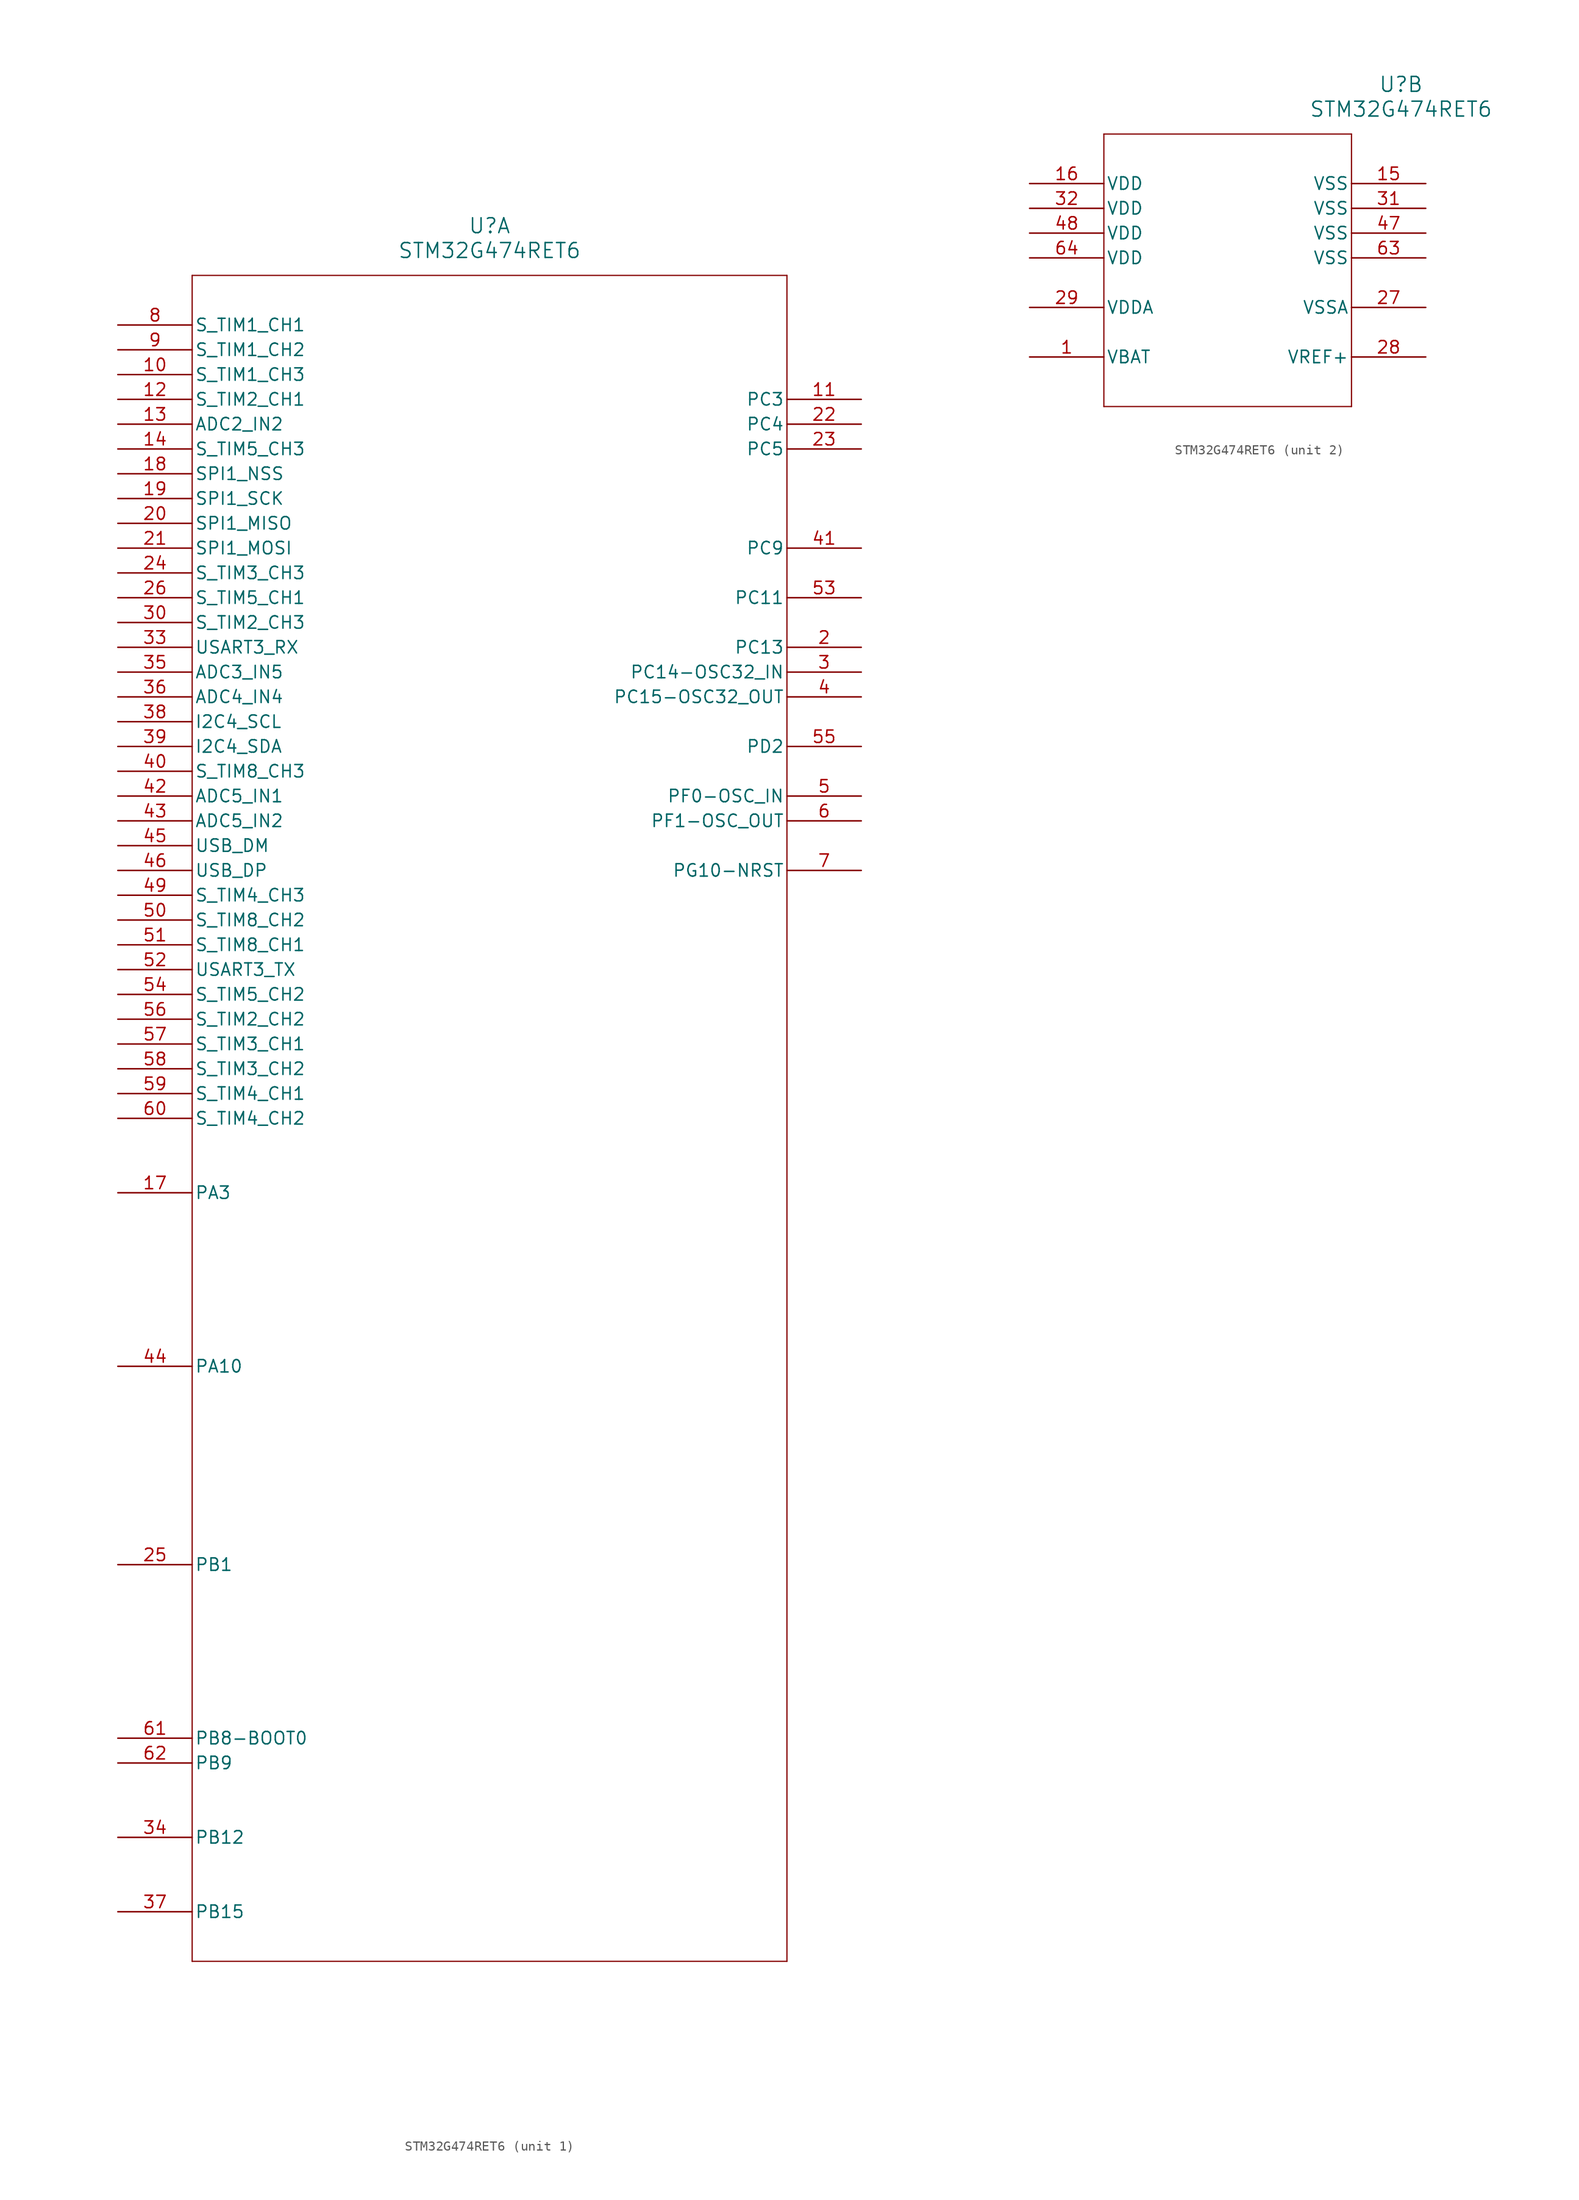
<source format=kicad_sym>
(kicad_symbol_lib
  (version 20211014)
  (generator kicad_symbol_editor)
  (symbol "STM32G474RET6"
    (pin_names
      (offset 0.254))
    (property "Reference" "U"
      (at 38.1 10.16 0)
      (effects (font (size 1.524 1.524))))
    (property "Value" "STM32G474RET6"
      (at 38.1 7.62 0)
      (effects (font (size 1.524 1.524))))
    (symbol "STM32G474RET6_1_1"
      (polyline (pts (xy 7.62 5.08) (xy 7.62 -167.64)) (stroke (width .127) (type default) (color 0 0 0 0)) (fill (type none)))
      (polyline (pts (xy 7.62 -167.64) (xy 68.58 -167.64)) (stroke (width .127) (type default) (color 0 0 0 0)) (fill (type none)))
      (polyline (pts (xy 68.58 -167.64) (xy 68.58 5.08)) (stroke (width .127) (type default) (color 0 0 0 0)) (fill (type none)))
      (polyline (pts (xy 68.58 5.08) (xy 7.62 5.08)) (stroke (width .127) (type default) (color 0 0 0 0)) (fill (type none)))
      (pin bidirectional line (at 76.2 -33.02 180) (length 7.62) (name "PC13" (effects (font (size 1.27 1.27)))) (number "2" (effects (font (size 1.27 1.27)))))
      (pin bidirectional line (at 76.2 -35.56 180) (length 7.62) (name "PC14-OSC32_IN" (effects (font (size 1.27 1.27)))) (number "3" (effects (font (size 1.27 1.27)))))
      (pin bidirectional line (at 76.2 -38.1 180) (length 7.62) (name "PC15-OSC32_OUT" (effects (font (size 1.27 1.27)))) (number "4" (effects (font (size 1.27 1.27)))))
      (pin bidirectional line (at 76.2 -48.26 180) (length 7.62) (name "PF0-OSC_IN" (effects (font (size 1.27 1.27)))) (number "5" (effects (font (size 1.27 1.27)))))
      (pin bidirectional line (at 76.2 -50.8 180) (length 7.62) (name "PF1-OSC_OUT" (effects (font (size 1.27 1.27)))) (number "6" (effects (font (size 1.27 1.27)))))
      (pin bidirectional line (at 76.2 -55.88 180) (length 7.62) (name "PG10-NRST" (effects (font (size 1.27 1.27)))) (number "7" (effects (font (size 1.27 1.27)))))
      (pin unspecified line (at 0 0 0) (length 7.62) (name "S_TIM1_CH1" (effects (font (size 1.27 1.27)))) (number "8" (effects (font (size 1.27 1.27)))))
      (pin unspecified line (at 0 -2.54 0) (length 7.62) (name "S_TIM1_CH2" (effects (font (size 1.27 1.27)))) (number "9" (effects (font (size 1.27 1.27)))))
      (pin unspecified line (at 0 -5.08 0) (length 7.62) (name "S_TIM1_CH3" (effects (font (size 1.27 1.27)))) (number "10" (effects (font (size 1.27 1.27)))))
      (pin bidirectional line (at 76.2 -7.62 180) (length 7.62) (name "PC3" (effects (font (size 1.27 1.27)))) (number "11" (effects (font (size 1.27 1.27)))))
      (pin unspecified line (at 0 -7.62 0) (length 7.62) (name "S_TIM2_CH1" (effects (font (size 1.27 1.27)))) (number "12" (effects (font (size 1.27 1.27)))))
      (pin unspecified line (at 0 -10.16 0) (length 7.62) (name "ADC2_IN2" (effects (font (size 1.27 1.27)))) (number "13" (effects (font (size 1.27 1.27)))))
      (pin unspecified line (at 0 -12.7 0) (length 7.62) (name "S_TIM5_CH3" (effects (font (size 1.27 1.27)))) (number "14" (effects (font (size 1.27 1.27)))))
      (pin bidirectional line (at 0 -88.9 0) (length 7.62) (name "PA3" (effects (font (size 1.27 1.27)))) (number "17" (effects (font (size 1.27 1.27)))))
      (pin unspecified line (at 0 -15.24 0) (length 7.62) (name "SPI1_NSS" (effects (font (size 1.27 1.27)))) (number "18" (effects (font (size 1.27 1.27)))))
      (pin unspecified line (at 0 -17.78 0) (length 7.62) (name "SPI1_SCK" (effects (font (size 1.27 1.27)))) (number "19" (effects (font (size 1.27 1.27)))))
      (pin unspecified line (at 0 -20.32 0) (length 7.62) (name "SPI1_MISO" (effects (font (size 1.27 1.27)))) (number "20" (effects (font (size 1.27 1.27)))))
      (pin unspecified line (at 0 -22.86 0) (length 7.62) (name "SPI1_MOSI" (effects (font (size 1.27 1.27)))) (number "21" (effects (font (size 1.27 1.27)))))
      (pin bidirectional line (at 76.2 -10.16 180) (length 7.62) (name "PC4" (effects (font (size 1.27 1.27)))) (number "22" (effects (font (size 1.27 1.27)))))
      (pin bidirectional line (at 76.2 -12.7 180) (length 7.62) (name "PC5" (effects (font (size 1.27 1.27)))) (number "23" (effects (font (size 1.27 1.27)))))
      (pin unspecified line (at 0 -25.4 0) (length 7.62) (name "S_TIM3_CH3" (effects (font (size 1.27 1.27)))) (number "24" (effects (font (size 1.27 1.27)))))
      (pin bidirectional line (at 0 -127 0) (length 7.62) (name "PB1" (effects (font (size 1.27 1.27)))) (number "25" (effects (font (size 1.27 1.27)))))
      (pin unspecified line (at 0 -27.94 0) (length 7.62) (name "S_TIM5_CH1" (effects (font (size 1.27 1.27)))) (number "26" (effects (font (size 1.27 1.27)))))
      (pin unspecified line (at 0 -30.48 0) (length 7.62) (name "S_TIM2_CH3" (effects (font (size 1.27 1.27)))) (number "30" (effects (font (size 1.27 1.27)))))
      (pin unspecified line (at 0 -33.02 0) (length 7.62) (name "USART3_RX" (effects (font (size 1.27 1.27)))) (number "33" (effects (font (size 1.27 1.27)))))
      (pin bidirectional line (at 0 -154.94 0) (length 7.62) (name "PB12" (effects (font (size 1.27 1.27)))) (number "34" (effects (font (size 1.27 1.27)))))
      (pin unspecified line (at 0 -35.56 0) (length 7.62) (name "ADC3_IN5" (effects (font (size 1.27 1.27)))) (number "35" (effects (font (size 1.27 1.27)))))
      (pin unspecified line (at 0 -38.1 0) (length 7.62) (name "ADC4_IN4" (effects (font (size 1.27 1.27)))) (number "36" (effects (font (size 1.27 1.27)))))
      (pin bidirectional line (at 0 -162.56 0) (length 7.62) (name "PB15" (effects (font (size 1.27 1.27)))) (number "37" (effects (font (size 1.27 1.27)))))
      (pin unspecified line (at 0 -40.64 0) (length 7.62) (name "I2C4_SCL" (effects (font (size 1.27 1.27)))) (number "38" (effects (font (size 1.27 1.27)))))
      (pin unspecified line (at 0 -43.18 0) (length 7.62) (name "I2C4_SDA" (effects (font (size 1.27 1.27)))) (number "39" (effects (font (size 1.27 1.27)))))
      (pin unspecified line (at 0 -45.72 0) (length 7.62) (name "S_TIM8_CH3" (effects (font (size 1.27 1.27)))) (number "40" (effects (font (size 1.27 1.27)))))
      (pin bidirectional line (at 76.2 -22.86 180) (length 7.62) (name "PC9" (effects (font (size 1.27 1.27)))) (number "41" (effects (font (size 1.27 1.27)))))
      (pin unspecified line (at 0 -48.26 0) (length 7.62) (name "ADC5_IN1" (effects (font (size 1.27 1.27)))) (number "42" (effects (font (size 1.27 1.27)))))
      (pin unspecified line (at 0 -50.8 0) (length 7.62) (name "ADC5_IN2" (effects (font (size 1.27 1.27)))) (number "43" (effects (font (size 1.27 1.27)))))
      (pin bidirectional line (at 0 -106.68 0) (length 7.62) (name "PA10" (effects (font (size 1.27 1.27)))) (number "44" (effects (font (size 1.27 1.27)))))
      (pin unspecified line (at 0 -53.34 0) (length 7.62) (name "USB_DM" (effects (font (size 1.27 1.27)))) (number "45" (effects (font (size 1.27 1.27)))))
      (pin unspecified line (at 0 -55.88 0) (length 7.62) (name "USB_DP" (effects (font (size 1.27 1.27)))) (number "46" (effects (font (size 1.27 1.27)))))
      (pin unspecified line (at 0 -58.42 0) (length 7.62) (name "S_TIM4_CH3" (effects (font (size 1.27 1.27)))) (number "49" (effects (font (size 1.27 1.27)))))
      (pin unspecified line (at 0 -60.96 0) (length 7.62) (name "S_TIM8_CH2" (effects (font (size 1.27 1.27)))) (number "50" (effects (font (size 1.27 1.27)))))
      (pin unspecified line (at 0 -63.5 0) (length 7.62) (name "S_TIM8_CH1" (effects (font (size 1.27 1.27)))) (number "51" (effects (font (size 1.27 1.27)))))
      (pin unspecified line (at 0 -66.04 0) (length 7.62) (name "USART3_TX" (effects (font (size 1.27 1.27)))) (number "52" (effects (font (size 1.27 1.27)))))
      (pin bidirectional line (at 76.2 -27.94 180) (length 7.62) (name "PC11" (effects (font (size 1.27 1.27)))) (number "53" (effects (font (size 1.27 1.27)))))
      (pin unspecified line (at 0 -68.58 0) (length 7.62) (name "S_TIM5_CH2" (effects (font (size 1.27 1.27)))) (number "54" (effects (font (size 1.27 1.27)))))
      (pin bidirectional line (at 76.2 -43.18 180) (length 7.62) (name "PD2" (effects (font (size 1.27 1.27)))) (number "55" (effects (font (size 1.27 1.27)))))
      (pin unspecified line (at 0 -71.12 0) (length 7.62) (name "S_TIM2_CH2" (effects (font (size 1.27 1.27)))) (number "56" (effects (font (size 1.27 1.27)))))
      (pin unspecified line (at 0 -73.66 0) (length 7.62) (name "S_TIM3_CH1" (effects (font (size 1.27 1.27)))) (number "57" (effects (font (size 1.27 1.27)))))
      (pin unspecified line (at 0 -76.2 0) (length 7.62) (name "S_TIM3_CH2" (effects (font (size 1.27 1.27)))) (number "58" (effects (font (size 1.27 1.27)))))
      (pin unspecified line (at 0 -78.74 0) (length 7.62) (name "S_TIM4_CH1" (effects (font (size 1.27 1.27)))) (number "59" (effects (font (size 1.27 1.27)))))
      (pin unspecified line (at 0 -81.28 0) (length 7.62) (name "S_TIM4_CH2" (effects (font (size 1.27 1.27)))) (number "60" (effects (font (size 1.27 1.27)))))
      (pin bidirectional line (at 0 -144.78 0) (length 7.62) (name "PB8-BOOT0" (effects (font (size 1.27 1.27)))) (number "61" (effects (font (size 1.27 1.27)))))
      (pin bidirectional line (at 0 -147.32 0) (length 7.62) (name "PB9" (effects (font (size 1.27 1.27)))) (number "62" (effects (font (size 1.27 1.27))))))
    (symbol "STM32G474RET6_2_1"
      (polyline (pts (xy 7.62 5.08) (xy 7.62 -22.86)) (stroke (width .127) (type default) (color 0 0 0 0)) (fill (type none)))
      (polyline (pts (xy 7.62 -22.86) (xy 33.02 -22.86)) (stroke (width .127) (type default) (color 0 0 0 0)) (fill (type none)))
      (polyline (pts (xy 33.02 -22.86) (xy 33.02 5.08)) (stroke (width .127) (type default) (color 0 0 0 0)) (fill (type none)))
      (polyline (pts (xy 33.02 5.08) (xy 7.62 5.08)) (stroke (width .127) (type default) (color 0 0 0 0)) (fill (type none)))
      (pin power_in line (at 0 -17.78 0) (length 7.62) (name "VBAT" (effects (font (size 1.27 1.27)))) (number "1" (effects (font (size 1.27 1.27)))))
      (pin power_in line (at 40.64 0 180) (length 7.62) (name "VSS" (effects (font (size 1.27 1.27)))) (number "15" (effects (font (size 1.27 1.27)))))
      (pin power_in line (at 0 0 0) (length 7.62) (name "VDD" (effects (font (size 1.27 1.27)))) (number "16" (effects (font (size 1.27 1.27)))))
      (pin power_in line (at 40.64 -12.7 180) (length 7.62) (name "VSSA" (effects (font (size 1.27 1.27)))) (number "27" (effects (font (size 1.27 1.27)))))
      (pin power_in line (at 40.64 -17.78 180) (length 7.62) (name "VREF+" (effects (font (size 1.27 1.27)))) (number "28" (effects (font (size 1.27 1.27)))))
      (pin power_in line (at 0 -12.7 0) (length 7.62) (name "VDDA" (effects (font (size 1.27 1.27)))) (number "29" (effects (font (size 1.27 1.27)))))
      (pin power_in line (at 40.64 -2.54 180) (length 7.62) (name "VSS" (effects (font (size 1.27 1.27)))) (number "31" (effects (font (size 1.27 1.27)))))
      (pin power_in line (at 0 -2.54 0) (length 7.62) (name "VDD" (effects (font (size 1.27 1.27)))) (number "32" (effects (font (size 1.27 1.27)))))
      (pin power_in line (at 40.64 -5.08 180) (length 7.62) (name "VSS" (effects (font (size 1.27 1.27)))) (number "47" (effects (font (size 1.27 1.27)))))
      (pin power_in line (at 0 -5.08 0) (length 7.62) (name "VDD" (effects (font (size 1.27 1.27)))) (number "48" (effects (font (size 1.27 1.27)))))
      (pin power_in line (at 40.64 -7.62 180) (length 7.62) (name "VSS" (effects (font (size 1.27 1.27)))) (number "63" (effects (font (size 1.27 1.27)))))
      (pin power_in line (at 0 -7.62 0) (length 7.62) (name "VDD" (effects (font (size 1.27 1.27)))) (number "64" (effects (font (size 1.27 1.27))))))))
</source>
